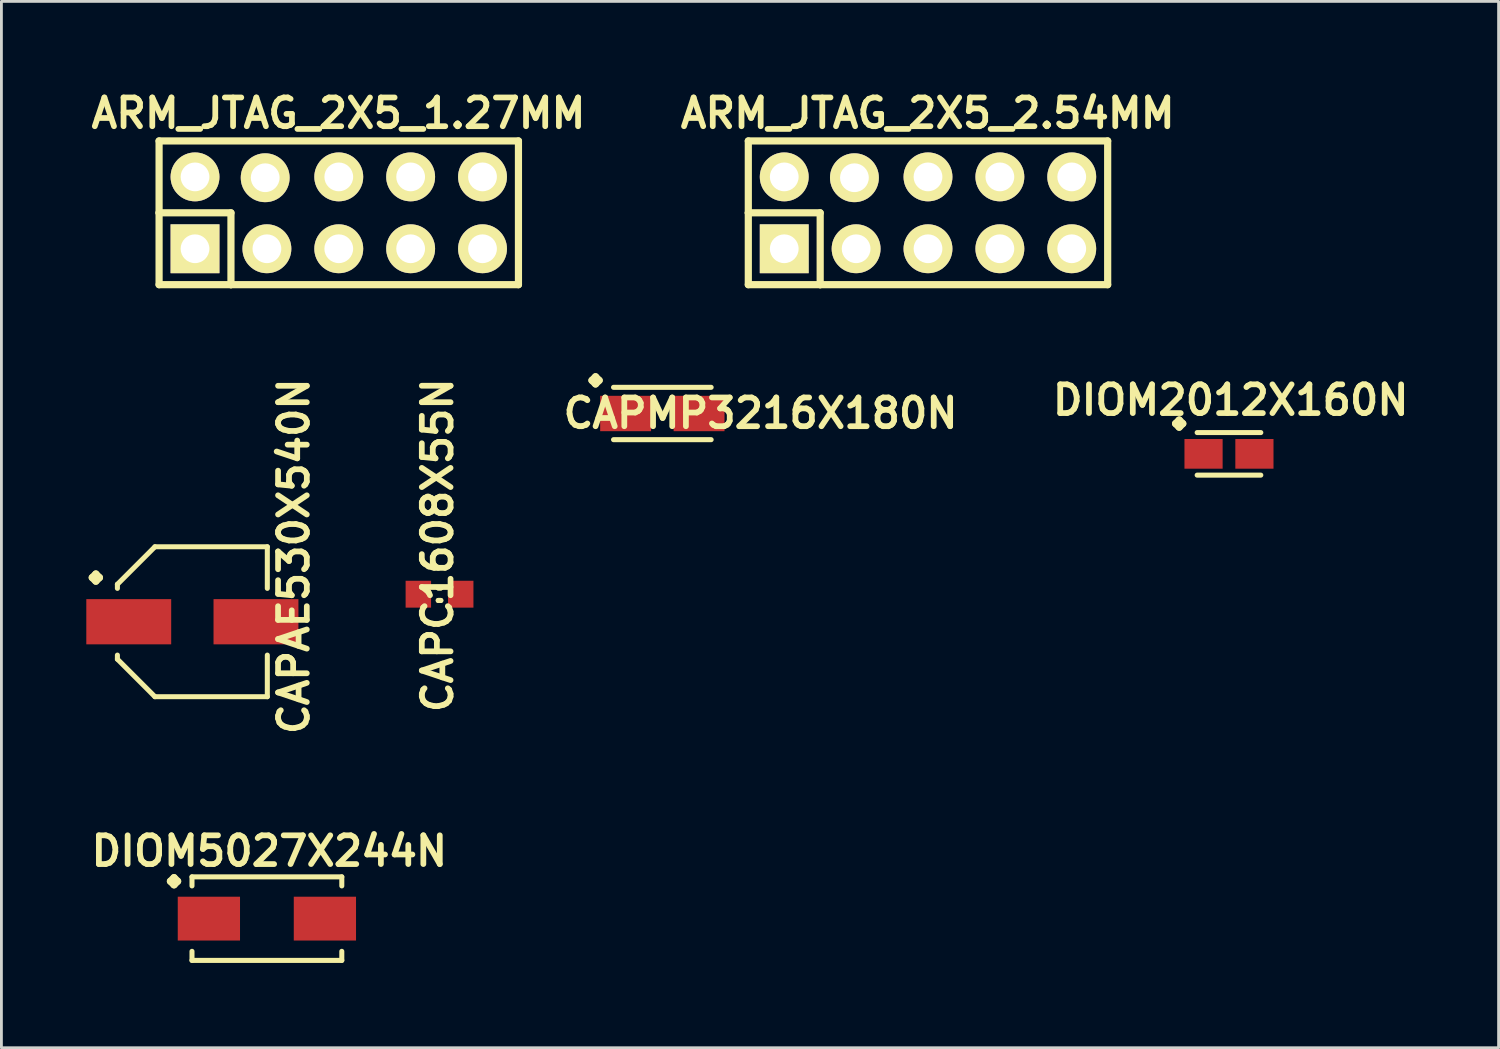
<source format=kicad_pcb>
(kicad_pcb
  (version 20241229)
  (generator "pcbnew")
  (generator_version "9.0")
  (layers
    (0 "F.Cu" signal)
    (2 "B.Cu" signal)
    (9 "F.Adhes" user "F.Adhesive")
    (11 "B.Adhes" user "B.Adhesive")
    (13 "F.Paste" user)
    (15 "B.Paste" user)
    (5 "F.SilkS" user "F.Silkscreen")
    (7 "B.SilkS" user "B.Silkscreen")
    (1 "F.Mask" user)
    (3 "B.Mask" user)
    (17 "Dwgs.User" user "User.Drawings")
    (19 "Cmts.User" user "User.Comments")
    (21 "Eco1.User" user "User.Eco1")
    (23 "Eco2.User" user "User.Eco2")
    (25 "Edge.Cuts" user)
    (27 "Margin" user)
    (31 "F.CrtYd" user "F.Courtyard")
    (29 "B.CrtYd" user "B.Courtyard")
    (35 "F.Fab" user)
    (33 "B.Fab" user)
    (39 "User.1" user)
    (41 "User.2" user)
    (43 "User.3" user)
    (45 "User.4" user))
  (footprint "DIOM5027X244N"
    (layer "F.Cu")
    (at 6.382 29.414)
    (property "Reference" "DIOM5027X244N" (at 0.086 -2.388 0) (layer "F.SilkS") (effects (font (size 1.016 1.016) (thickness 0.203))))
    (attr smd)
    (fp_line (start -3.409 -1.321) (end -3.282 -1.448) (stroke (width 0.254) (type solid)) (layer "F.SilkS"))
    (fp_line (start -3.282 -1.448) (end -3.155 -1.321) (stroke (width 0.254) (type solid)) (layer "F.SilkS"))
    (fp_line (start -3.282 -1.194) (end -3.409 -1.321) (stroke (width 0.254) (type solid)) (layer "F.SilkS"))
    (fp_line (start -3.155 -1.321) (end -3.282 -1.194) (stroke (width 0.254) (type solid)) (layer "F.SilkS"))
    (fp_line (start -2.647 -1.476) (end 2.647 -1.476) (stroke (width 0.178) (type solid)) (layer "F.SilkS"))
    (fp_line (start -2.647 -1.156) (end -2.647 -1.476) (stroke (width 0.178) (type solid)) (layer "F.SilkS"))
    (fp_line (start -2.647 1.156) (end -2.647 1.476) (stroke (width 0.178) (type solid)) (layer "F.SilkS"))
    (fp_line (start -2.647 1.476) (end 2.647 1.476) (stroke (width 0.178) (type solid)) (layer "F.SilkS"))
    (fp_line (start 2.647 -1.476) (end 2.647 -1.156) (stroke (width 0.178) (type solid)) (layer "F.SilkS"))
    (fp_line (start 2.647 1.476) (end 2.647 1.156) (stroke (width 0.178) (type solid)) (layer "F.SilkS"))
    (pad "1" smd rect (at -2.05 0) (size 2.2 1.549) (layers "F.Cu" "F.Mask" "F.Paste"))
    (pad "2" smd rect (at 2.05 0) (size 2.2 1.549) (layers "F.Cu" "F.Mask" "F.Paste")))
  (footprint "ARM_JTAG_2X5_2.54MM"
    (layer "F.Cu")
    (at 29.745 4.471)
    (property "Reference" "ARM_JTAG_2X5_2.54MM" (at -0.01 -3.52 0) (layer "F.SilkS") (effects (font (size 1.016 1.016) (thickness 0.203))))
    (attr through_hole)
    (fp_line (start -6.35 -2.54) (end -6.35 0) (stroke (width 0.254) (type solid)) (layer "F.SilkS"))
    (fp_line (start -6.35 -2.54) (end 6.35 -2.54) (stroke (width 0.254) (type solid)) (layer "F.SilkS"))
    (fp_line (start -6.35 0) (end -3.81 0) (stroke (width 0.254) (type solid)) (layer "F.SilkS"))
    (fp_line (start -6.35 2.54) (end -6.35 0) (stroke (width 0.254) (type solid)) (layer "F.SilkS"))
    (fp_line (start -6.35 2.54) (end -3.81 2.54) (stroke (width 0.254) (type solid)) (layer "F.SilkS"))
    (fp_line (start -3.81 0) (end -3.81 2.54) (stroke (width 0.254) (type solid)) (layer "F.SilkS"))
    (fp_line (start 6.35 -2.54) (end 6.35 2.54) (stroke (width 0.254) (type solid)) (layer "F.SilkS"))
    (fp_line (start 6.35 2.54) (end -3.81 2.54) (stroke (width 0.254) (type solid)) (layer "F.SilkS"))
    (pad "1" thru_hole rect (at -5.08 1.27) (size 1.727 1.727) (drill 1.016) (layers "*.Cu" "*.Mask" "F.SilkS"))
    (pad "2" thru_hole circle (at -5.08 -1.27) (size 1.727 1.727) (drill 1.016) (layers "*.Cu" "*.Mask" "F.SilkS"))
    (pad "3" thru_hole circle (at -2.54 1.27) (size 1.727 1.727) (drill 1.016) (layers "*.Cu" "*.Mask" "F.SilkS"))
    (pad "4" thru_hole circle (at -2.6 -1.24) (size 1.727 1.727) (drill 1.016) (layers "*.Cu" "*.Mask" "F.SilkS"))
    (pad "5" thru_hole circle (at 0 1.27) (size 1.727 1.727) (drill 1.016) (layers "*.Cu" "*.Mask" "F.SilkS"))
    (pad "6" thru_hole circle (at 0 -1.27) (size 1.727 1.727) (drill 1.016) (layers "*.Cu" "*.Mask" "F.SilkS"))
    (pad "7" thru_hole circle (at 2.54 1.27) (size 1.727 1.727) (drill 1.016) (layers "*.Cu" "*.Mask" "F.SilkS"))
    (pad "8" thru_hole circle (at 2.54 -1.27) (size 1.727 1.727) (drill 1.016) (layers "*.Cu" "*.Mask" "F.SilkS"))
    (pad "9" thru_hole circle (at 5.08 1.27) (size 1.727 1.727) (drill 1.016) (layers "*.Cu" "*.Mask" "F.SilkS"))
    (pad "10" thru_hole circle (at 5.08 -1.27) (size 1.727 1.727) (drill 1.016) (layers "*.Cu" "*.Mask" "F.SilkS")))
  (footprint "CAPMP3216X180N"
    (layer "F.Cu")
    (at 20.357 11.563)
    (property "Reference" "CAPMP3216X180N" (at 3.47 -0.01 0) (layer "F.SilkS") (effects (font (size 1.016 1.016) (thickness 0.203))))
    (attr smd)
    (fp_line (start -2.487 -1.171) (end -2.36 -1.298) (stroke (width 0.254) (type solid)) (layer "F.SilkS"))
    (fp_line (start -2.36 -1.298) (end -2.233 -1.171) (stroke (width 0.254) (type solid)) (layer "F.SilkS"))
    (fp_line (start -2.36 -1.044) (end -2.487 -1.171) (stroke (width 0.254) (type solid)) (layer "F.SilkS"))
    (fp_line (start -2.233 -1.171) (end -2.36 -1.044) (stroke (width 0.254) (type solid)) (layer "F.SilkS"))
    (fp_line (start -1.725 -0.925) (end 1.725 -0.925) (stroke (width 0.178) (type solid)) (layer "F.SilkS"))
    (fp_line (start -1.725 0.925) (end 1.725 0.925) (stroke (width 0.178) (type solid)) (layer "F.SilkS"))
    (pad "1" smd rect (at -1.298 0) (size 1.798 1.25) (layers "F.Cu" "F.Mask" "F.Paste"))
    (pad "2" smd rect (at 1.298 0) (size 1.798 1.25) (layers "F.Cu" "F.Mask" "F.Paste")))
  (footprint "CAPC1608X55N"
    (layer "F.Cu")
    (at 12.483 17.949)
    (property "Reference" "CAPC1608X55N" (at -0.07 -1.73 90) (layer "F.SilkS") (effects (font (size 1.016 1.016) (thickness 0.203))))
    (attr smd)
    (fp_line (start -0.046 -0.221) (end 0.046 -0.221) (stroke (width 0.178) (type solid)) (layer "F.SilkS"))
    (fp_line (start -0.046 0.221) (end 0.046 0.221) (stroke (width 0.178) (type solid)) (layer "F.SilkS"))
    (fp_line (start 0.046 -0.221) (end -0.046 -0.221) (stroke (width 0.178) (type solid)) (layer "F.SilkS"))
    (fp_line (start 0.046 0.221) (end -0.046 0.221) (stroke (width 0.178) (type solid)) (layer "F.SilkS"))
    (pad "1" smd rect (at -0.749 0) (size 0.899 0.95) (layers "F.Cu" "F.Mask" "F.Paste"))
    (pad "2" smd rect (at 0.749 0) (size 0.899 0.95) (layers "F.Cu" "F.Mask" "F.Paste")))
  (footprint "CAPAE530X540N"
    (layer "F.Cu")
    (at 3.748 18.922)
    (property "Reference" "CAPAE530X540N" (at 3.585 -2.315 90) (layer "F.SilkS") (effects (font (size 1.016 1.016) (thickness 0.203))))
    (attr smd)
    (fp_line (start -3.538 -1.56) (end -3.411 -1.687) (stroke (width 0.254) (type solid)) (layer "F.SilkS"))
    (fp_line (start -3.411 -1.687) (end -3.284 -1.56) (stroke (width 0.254) (type solid)) (layer "F.SilkS"))
    (fp_line (start -3.411 -1.433) (end -3.538 -1.56) (stroke (width 0.254) (type solid)) (layer "F.SilkS"))
    (fp_line (start -3.284 -1.56) (end -3.411 -1.433) (stroke (width 0.254) (type solid)) (layer "F.SilkS"))
    (fp_line (start -2.649 -1.323) (end -2.649 -1.179) (stroke (width 0.178) (type solid)) (layer "F.SilkS"))
    (fp_line (start -2.649 1.323) (end -2.649 1.179) (stroke (width 0.178) (type solid)) (layer "F.SilkS"))
    (fp_line (start -1.323 -2.649) (end -2.649 -1.323) (stroke (width 0.178) (type solid)) (layer "F.SilkS"))
    (fp_line (start -1.323 2.649) (end -2.649 1.323) (stroke (width 0.178) (type solid)) (layer "F.SilkS"))
    (fp_line (start 2.649 -2.649) (end -1.323 -2.649) (stroke (width 0.178) (type solid)) (layer "F.SilkS"))
    (fp_line (start 2.649 -1.179) (end 2.649 -2.649) (stroke (width 0.178) (type solid)) (layer "F.SilkS"))
    (fp_line (start 2.649 1.179) (end 2.649 2.649) (stroke (width 0.178) (type solid)) (layer "F.SilkS"))
    (fp_line (start 2.649 2.649) (end -1.323 2.649) (stroke (width 0.178) (type solid)) (layer "F.SilkS"))
    (pad "1" smd rect (at -2.248 0) (size 3 1.598) (layers "F.Cu" "F.Mask" "F.Paste"))
    (pad "2" smd rect (at 2.248 0) (size 3 1.598) (layers "F.Cu" "F.Mask" "F.Paste")))
  (footprint "ARM_JTAG_2X5_1.27MM"
    (layer "F.Cu")
    (at 8.922 4.471)
    (property "Reference" "ARM_JTAG_2X5_1.27MM" (at -0.01 -3.52 0) (layer "F.SilkS") (effects (font (size 1.016 1.016) (thickness 0.203))))
    (attr through_hole)
    (fp_line (start -6.35 -2.54) (end -6.35 0) (stroke (width 0.254) (type solid)) (layer "F.SilkS"))
    (fp_line (start -6.35 -2.54) (end 6.35 -2.54) (stroke (width 0.254) (type solid)) (layer "F.SilkS"))
    (fp_line (start -6.35 0) (end -3.81 0) (stroke (width 0.254) (type solid)) (layer "F.SilkS"))
    (fp_line (start -6.35 2.54) (end -6.35 0) (stroke (width 0.254) (type solid)) (layer "F.SilkS"))
    (fp_line (start -6.35 2.54) (end -3.81 2.54) (stroke (width 0.254) (type solid)) (layer "F.SilkS"))
    (fp_line (start -3.81 0) (end -3.81 2.54) (stroke (width 0.254) (type solid)) (layer "F.SilkS"))
    (fp_line (start 6.35 -2.54) (end 6.35 2.54) (stroke (width 0.254) (type solid)) (layer "F.SilkS"))
    (fp_line (start 6.35 2.54) (end -3.81 2.54) (stroke (width 0.254) (type solid)) (layer "F.SilkS"))
    (pad "1" thru_hole rect (at -5.08 1.27) (size 1.727 1.727) (drill 1.016) (layers "*.Cu" "*.Mask" "F.SilkS"))
    (pad "2" thru_hole circle (at -5.08 -1.27) (size 1.727 1.727) (drill 1.016) (layers "*.Cu" "*.Mask" "F.SilkS"))
    (pad "3" thru_hole circle (at -2.54 1.27) (size 1.727 1.727) (drill 1.016) (layers "*.Cu" "*.Mask" "F.SilkS"))
    (pad "4" thru_hole circle (at -2.6 -1.24) (size 1.727 1.727) (drill 1.016) (layers "*.Cu" "*.Mask" "F.SilkS"))
    (pad "5" thru_hole circle (at 0 1.27) (size 1.727 1.727) (drill 1.016) (layers "*.Cu" "*.Mask" "F.SilkS"))
    (pad "6" thru_hole circle (at 0 -1.27) (size 1.727 1.727) (drill 1.016) (layers "*.Cu" "*.Mask" "F.SilkS"))
    (pad "7" thru_hole circle (at 2.54 1.27) (size 1.727 1.727) (drill 1.016) (layers "*.Cu" "*.Mask" "F.SilkS"))
    (pad "8" thru_hole circle (at 2.54 -1.27) (size 1.727 1.727) (drill 1.016) (layers "*.Cu" "*.Mask" "F.SilkS"))
    (pad "9" thru_hole circle (at 5.08 1.27) (size 1.727 1.727) (drill 1.016) (layers "*.Cu" "*.Mask" "F.SilkS"))
    (pad "10" thru_hole circle (at 5.08 -1.27) (size 1.727 1.727) (drill 1.016) (layers "*.Cu" "*.Mask" "F.SilkS")))
  (footprint "DIOM2012X160N"
    (layer "F.Cu")
    (at 40.382 12.989)
    (property "Reference" "DIOM2012X160N" (at 0.06 -1.9 0) (layer "F.SilkS") (effects (font (size 1.016 1.016) (thickness 0.203))))
    (attr smd)
    (fp_line (start -1.887 -1.069) (end -1.76 -1.196) (stroke (width 0.254) (type solid)) (layer "F.SilkS"))
    (fp_line (start -1.76 -1.196) (end -1.633 -1.069) (stroke (width 0.254) (type solid)) (layer "F.SilkS"))
    (fp_line (start -1.76 -0.942) (end -1.887 -1.069) (stroke (width 0.254) (type solid)) (layer "F.SilkS"))
    (fp_line (start -1.633 -1.069) (end -1.76 -0.942) (stroke (width 0.254) (type solid)) (layer "F.SilkS"))
    (fp_line (start -1.125 -0.752) (end 1.125 -0.752) (stroke (width 0.178) (type solid)) (layer "F.SilkS"))
    (fp_line (start -1.125 0.752) (end 1.125 0.752) (stroke (width 0.178) (type solid)) (layer "F.SilkS"))
    (pad "1" smd rect (at -0.899 0) (size 1.349 1.049) (layers "F.Cu" "F.Mask" "F.Paste"))
    (pad "2" smd rect (at 0.899 0) (size 1.349 1.049) (layers "F.Cu" "F.Mask" "F.Paste")))
  (gr_rect
    (start -3 -3)
    (end 49.91 33.978)
    (stroke (width 0.1) (type default))
    (fill no)
    (layer "Edge.Cuts")))
</source>
